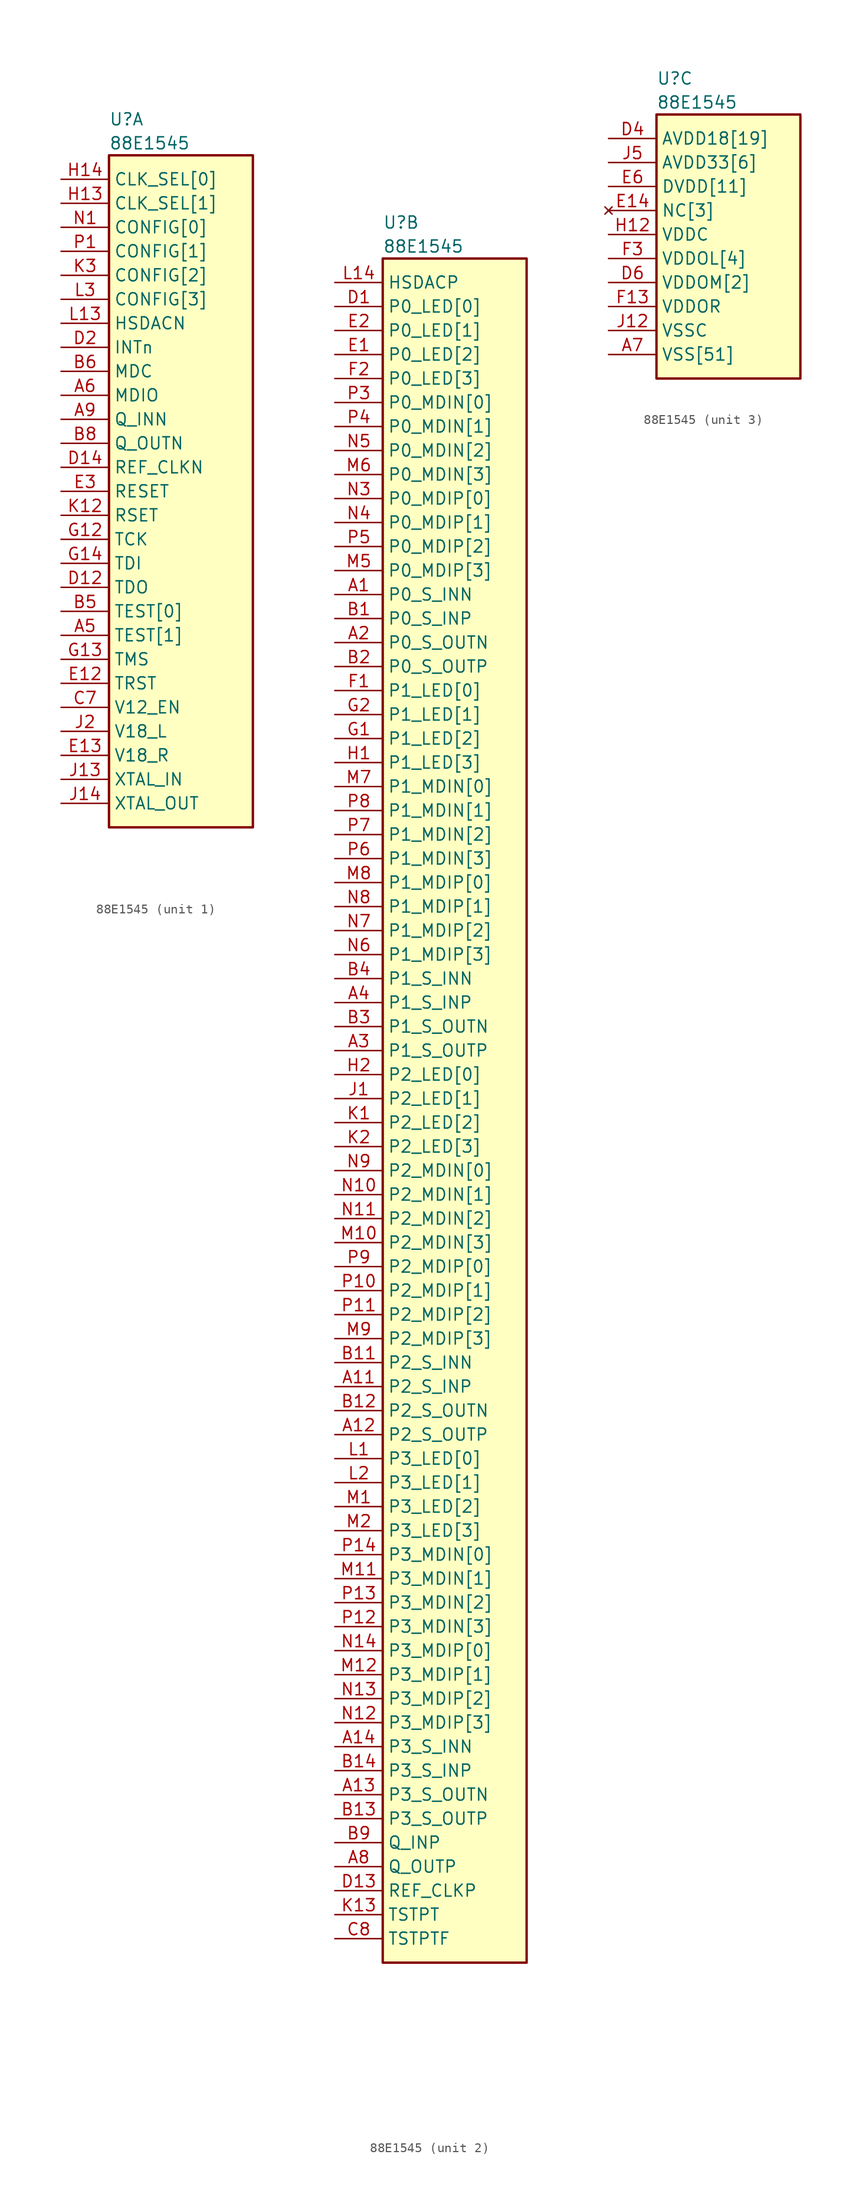
<source format=kicad_sym>
(kicad_symbol_lib
  (version 20211014)
  (generator kicad_symbol_editor)
  (symbol "﻿88E1545"
    (property "Reference" "U"
      (at 5.08 6.35 0)
      (effects (font (size 1.27 1.27)) (justify left)))
    (property "Value" "﻿88E1545"
      (at 5.08 3.81 0)
      (effects (font (size 1.27 1.27)) (justify left)))
    (property "ki_locked" ""
      (at 0 0 0)
      (effects (font (size 1.27 1.27))))
    (symbol "﻿88E1545_1_1"
      (rectangle (start 5.08 2.54) (end 20.32 -68.58) (stroke (width 0.254) (type default) (color 0 0 0 0)) (fill (type background)))
      (pin bidirectional line (at 0 -48.26 0) (length 5.08) (name "TEST[1]" (effects (font (size 1.27 1.27)))) (number "A5" (effects (font (size 1.27 1.27)))))
      (pin bidirectional line (at 0 -22.86 0) (length 5.08) (name "MDIO" (effects (font (size 1.27 1.27)))) (number "A6" (effects (font (size 1.27 1.27)))))
      (pin bidirectional line (at 0 -25.4 0) (length 5.08) (name "Q_INN" (effects (font (size 1.27 1.27)))) (number "A9" (effects (font (size 1.27 1.27)))))
      (pin bidirectional line (at 0 -45.72 0) (length 5.08) (name "TEST[0]" (effects (font (size 1.27 1.27)))) (number "B5" (effects (font (size 1.27 1.27)))))
      (pin bidirectional line (at 0 -20.32 0) (length 5.08) (name "MDC" (effects (font (size 1.27 1.27)))) (number "B6" (effects (font (size 1.27 1.27)))))
      (pin bidirectional line (at 0 -27.94 0) (length 5.08) (name "Q_OUTN" (effects (font (size 1.27 1.27)))) (number "B8" (effects (font (size 1.27 1.27)))))
      (pin bidirectional line (at 0 -55.88 0) (length 5.08) (name "V12_EN" (effects (font (size 1.27 1.27)))) (number "C7" (effects (font (size 1.27 1.27)))))
      (pin bidirectional line (at 0 -43.18 0) (length 5.08) (name "TDO" (effects (font (size 1.27 1.27)))) (number "D12" (effects (font (size 1.27 1.27)))))
      (pin bidirectional line (at 0 -30.48 0) (length 5.08) (name "REF_CLKN" (effects (font (size 1.27 1.27)))) (number "D14" (effects (font (size 1.27 1.27)))))
      (pin bidirectional line (at 0 -17.78 0) (length 5.08) (name "INTn" (effects (font (size 1.27 1.27)))) (number "D2" (effects (font (size 1.27 1.27)))))
      (pin bidirectional line (at 0 -53.34 0) (length 5.08) (name "TRST" (effects (font (size 1.27 1.27)))) (number "E12" (effects (font (size 1.27 1.27)))))
      (pin bidirectional line (at 0 -60.96 0) (length 5.08) (name "V18_R" (effects (font (size 1.27 1.27)))) (number "E13" (effects (font (size 1.27 1.27)))))
      (pin bidirectional line (at 0 -33.02 0) (length 5.08) (name "RESET" (effects (font (size 1.27 1.27)))) (number "E3" (effects (font (size 1.27 1.27)))))
      (pin bidirectional line (at 0 -38.1 0) (length 5.08) (name "TCK" (effects (font (size 1.27 1.27)))) (number "G12" (effects (font (size 1.27 1.27)))))
      (pin bidirectional line (at 0 -50.8 0) (length 5.08) (name "TMS" (effects (font (size 1.27 1.27)))) (number "G13" (effects (font (size 1.27 1.27)))))
      (pin bidirectional line (at 0 -40.64 0) (length 5.08) (name "TDI" (effects (font (size 1.27 1.27)))) (number "G14" (effects (font (size 1.27 1.27)))))
      (pin bidirectional line (at 0 -2.54 0) (length 5.08) (name "CLK_SEL[1]" (effects (font (size 1.27 1.27)))) (number "H13" (effects (font (size 1.27 1.27)))))
      (pin bidirectional line (at 0 0 0) (length 5.08) (name "CLK_SEL[0]" (effects (font (size 1.27 1.27)))) (number "H14" (effects (font (size 1.27 1.27)))))
      (pin bidirectional line (at 0 -63.5 0) (length 5.08) (name "XTAL_IN" (effects (font (size 1.27 1.27)))) (number "J13" (effects (font (size 1.27 1.27)))))
      (pin bidirectional line (at 0 -66.04 0) (length 5.08) (name "XTAL_OUT" (effects (font (size 1.27 1.27)))) (number "J14" (effects (font (size 1.27 1.27)))))
      (pin bidirectional line (at 0 -58.42 0) (length 5.08) (name "V18_L" (effects (font (size 1.27 1.27)))) (number "J2" (effects (font (size 1.27 1.27)))))
      (pin bidirectional line (at 0 -35.56 0) (length 5.08) (name "RSET" (effects (font (size 1.27 1.27)))) (number "K12" (effects (font (size 1.27 1.27)))))
      (pin bidirectional line (at 0 -10.16 0) (length 5.08) (name "CONFIG[2]" (effects (font (size 1.27 1.27)))) (number "K3" (effects (font (size 1.27 1.27)))))
      (pin bidirectional line (at 0 -15.24 0) (length 5.08) (name "HSDACN" (effects (font (size 1.27 1.27)))) (number "L13" (effects (font (size 1.27 1.27)))))
      (pin bidirectional line (at 0 -12.7 0) (length 5.08) (name "CONFIG[3]" (effects (font (size 1.27 1.27)))) (number "L3" (effects (font (size 1.27 1.27)))))
      (pin bidirectional line (at 0 -5.08 0) (length 5.08) (name "CONFIG[0]" (effects (font (size 1.27 1.27)))) (number "N1" (effects (font (size 1.27 1.27)))))
      (pin bidirectional line (at 0 -7.62 0) (length 5.08) (name "CONFIG[1]" (effects (font (size 1.27 1.27)))) (number "P1" (effects (font (size 1.27 1.27))))))
    (symbol "﻿88E1545_2_1"
      (rectangle (start 5.08 2.54) (end 20.32 -177.8) (stroke (width 0.254) (type default) (color 0 0 0 0)) (fill (type background)))
      (pin bidirectional line (at 0 -33.02 0) (length 5.08) (name "P0_S_INN" (effects (font (size 1.27 1.27)))) (number "A1" (effects (font (size 1.27 1.27)))))
      (pin bidirectional line (at 0 -116.84 0) (length 5.08) (name "P2_S_INP" (effects (font (size 1.27 1.27)))) (number "A11" (effects (font (size 1.27 1.27)))))
      (pin bidirectional line (at 0 -121.92 0) (length 5.08) (name "P2_S_OUTP" (effects (font (size 1.27 1.27)))) (number "A12" (effects (font (size 1.27 1.27)))))
      (pin bidirectional line (at 0 -160.02 0) (length 5.08) (name "P3_S_OUTN" (effects (font (size 1.27 1.27)))) (number "A13" (effects (font (size 1.27 1.27)))))
      (pin bidirectional line (at 0 -154.94 0) (length 5.08) (name "P3_S_INN" (effects (font (size 1.27 1.27)))) (number "A14" (effects (font (size 1.27 1.27)))))
      (pin bidirectional line (at 0 -38.1 0) (length 5.08) (name "P0_S_OUTN" (effects (font (size 1.27 1.27)))) (number "A2" (effects (font (size 1.27 1.27)))))
      (pin bidirectional line (at 0 -81.28 0) (length 5.08) (name "P1_S_OUTP" (effects (font (size 1.27 1.27)))) (number "A3" (effects (font (size 1.27 1.27)))))
      (pin bidirectional line (at 0 -76.2 0) (length 5.08) (name "P1_S_INP" (effects (font (size 1.27 1.27)))) (number "A4" (effects (font (size 1.27 1.27)))))
      (pin bidirectional line (at 0 -167.64 0) (length 5.08) (name "Q_OUTP" (effects (font (size 1.27 1.27)))) (number "A8" (effects (font (size 1.27 1.27)))))
      (pin bidirectional line (at 0 -35.56 0) (length 5.08) (name "P0_S_INP" (effects (font (size 1.27 1.27)))) (number "B1" (effects (font (size 1.27 1.27)))))
      (pin bidirectional line (at 0 -114.3 0) (length 5.08) (name "P2_S_INN" (effects (font (size 1.27 1.27)))) (number "B11" (effects (font (size 1.27 1.27)))))
      (pin bidirectional line (at 0 -119.38 0) (length 5.08) (name "P2_S_OUTN" (effects (font (size 1.27 1.27)))) (number "B12" (effects (font (size 1.27 1.27)))))
      (pin bidirectional line (at 0 -162.56 0) (length 5.08) (name "P3_S_OUTP" (effects (font (size 1.27 1.27)))) (number "B13" (effects (font (size 1.27 1.27)))))
      (pin bidirectional line (at 0 -157.48 0) (length 5.08) (name "P3_S_INP" (effects (font (size 1.27 1.27)))) (number "B14" (effects (font (size 1.27 1.27)))))
      (pin bidirectional line (at 0 -40.64 0) (length 5.08) (name "P0_S_OUTP" (effects (font (size 1.27 1.27)))) (number "B2" (effects (font (size 1.27 1.27)))))
      (pin bidirectional line (at 0 -78.74 0) (length 5.08) (name "P1_S_OUTN" (effects (font (size 1.27 1.27)))) (number "B3" (effects (font (size 1.27 1.27)))))
      (pin bidirectional line (at 0 -73.66 0) (length 5.08) (name "P1_S_INN" (effects (font (size 1.27 1.27)))) (number "B4" (effects (font (size 1.27 1.27)))))
      (pin bidirectional line (at 0 -165.1 0) (length 5.08) (name "Q_INP" (effects (font (size 1.27 1.27)))) (number "B9" (effects (font (size 1.27 1.27)))))
      (pin bidirectional line (at 0 -175.26 0) (length 5.08) (name "TSTPTF" (effects (font (size 1.27 1.27)))) (number "C8" (effects (font (size 1.27 1.27)))))
      (pin bidirectional line (at 0 -2.54 0) (length 5.08) (name "P0_LED[0]" (effects (font (size 1.27 1.27)))) (number "D1" (effects (font (size 1.27 1.27)))))
      (pin bidirectional line (at 0 -170.18 0) (length 5.08) (name "REF_CLKP" (effects (font (size 1.27 1.27)))) (number "D13" (effects (font (size 1.27 1.27)))))
      (pin bidirectional line (at 0 -7.62 0) (length 5.08) (name "P0_LED[2]" (effects (font (size 1.27 1.27)))) (number "E1" (effects (font (size 1.27 1.27)))))
      (pin bidirectional line (at 0 -5.08 0) (length 5.08) (name "P0_LED[1]" (effects (font (size 1.27 1.27)))) (number "E2" (effects (font (size 1.27 1.27)))))
      (pin bidirectional line (at 0 -43.18 0) (length 5.08) (name "P1_LED[0]" (effects (font (size 1.27 1.27)))) (number "F1" (effects (font (size 1.27 1.27)))))
      (pin bidirectional line (at 0 -10.16 0) (length 5.08) (name "P0_LED[3]" (effects (font (size 1.27 1.27)))) (number "F2" (effects (font (size 1.27 1.27)))))
      (pin bidirectional line (at 0 -48.26 0) (length 5.08) (name "P1_LED[2]" (effects (font (size 1.27 1.27)))) (number "G1" (effects (font (size 1.27 1.27)))))
      (pin bidirectional line (at 0 -45.72 0) (length 5.08) (name "P1_LED[1]" (effects (font (size 1.27 1.27)))) (number "G2" (effects (font (size 1.27 1.27)))))
      (pin bidirectional line (at 0 -50.8 0) (length 5.08) (name "P1_LED[3]" (effects (font (size 1.27 1.27)))) (number "H1" (effects (font (size 1.27 1.27)))))
      (pin bidirectional line (at 0 -83.82 0) (length 5.08) (name "P2_LED[0]" (effects (font (size 1.27 1.27)))) (number "H2" (effects (font (size 1.27 1.27)))))
      (pin bidirectional line (at 0 -86.36 0) (length 5.08) (name "P2_LED[1]" (effects (font (size 1.27 1.27)))) (number "J1" (effects (font (size 1.27 1.27)))))
      (pin bidirectional line (at 0 -88.9 0) (length 5.08) (name "P2_LED[2]" (effects (font (size 1.27 1.27)))) (number "K1" (effects (font (size 1.27 1.27)))))
      (pin bidirectional line (at 0 -172.72 0) (length 5.08) (name "TSTPT" (effects (font (size 1.27 1.27)))) (number "K13" (effects (font (size 1.27 1.27)))))
      (pin bidirectional line (at 0 -91.44 0) (length 5.08) (name "P2_LED[3]" (effects (font (size 1.27 1.27)))) (number "K2" (effects (font (size 1.27 1.27)))))
      (pin bidirectional line (at 0 -124.46 0) (length 5.08) (name "P3_LED[0]" (effects (font (size 1.27 1.27)))) (number "L1" (effects (font (size 1.27 1.27)))))
      (pin bidirectional line (at 0 0 0) (length 5.08) (name "HSDACP" (effects (font (size 1.27 1.27)))) (number "L14" (effects (font (size 1.27 1.27)))))
      (pin bidirectional line (at 0 -127 0) (length 5.08) (name "P3_LED[1]" (effects (font (size 1.27 1.27)))) (number "L2" (effects (font (size 1.27 1.27)))))
      (pin bidirectional line (at 0 -129.54 0) (length 5.08) (name "P3_LED[2]" (effects (font (size 1.27 1.27)))) (number "M1" (effects (font (size 1.27 1.27)))))
      (pin bidirectional line (at 0 -101.6 0) (length 5.08) (name "P2_MDIN[3]" (effects (font (size 1.27 1.27)))) (number "M10" (effects (font (size 1.27 1.27)))))
      (pin bidirectional line (at 0 -137.16 0) (length 5.08) (name "P3_MDIN[1]" (effects (font (size 1.27 1.27)))) (number "M11" (effects (font (size 1.27 1.27)))))
      (pin bidirectional line (at 0 -147.32 0) (length 5.08) (name "P3_MDIP[1]" (effects (font (size 1.27 1.27)))) (number "M12" (effects (font (size 1.27 1.27)))))
      (pin bidirectional line (at 0 -132.08 0) (length 5.08) (name "P3_LED[3]" (effects (font (size 1.27 1.27)))) (number "M2" (effects (font (size 1.27 1.27)))))
      (pin bidirectional line (at 0 -30.48 0) (length 5.08) (name "P0_MDIP[3]" (effects (font (size 1.27 1.27)))) (number "M5" (effects (font (size 1.27 1.27)))))
      (pin bidirectional line (at 0 -20.32 0) (length 5.08) (name "P0_MDIN[3]" (effects (font (size 1.27 1.27)))) (number "M6" (effects (font (size 1.27 1.27)))))
      (pin bidirectional line (at 0 -53.34 0) (length 5.08) (name "P1_MDIN[0]" (effects (font (size 1.27 1.27)))) (number "M7" (effects (font (size 1.27 1.27)))))
      (pin bidirectional line (at 0 -63.5 0) (length 5.08) (name "P1_MDIP[0]" (effects (font (size 1.27 1.27)))) (number "M8" (effects (font (size 1.27 1.27)))))
      (pin bidirectional line (at 0 -111.76 0) (length 5.08) (name "P2_MDIP[3]" (effects (font (size 1.27 1.27)))) (number "M9" (effects (font (size 1.27 1.27)))))
      (pin bidirectional line (at 0 -96.52 0) (length 5.08) (name "P2_MDIN[1]" (effects (font (size 1.27 1.27)))) (number "N10" (effects (font (size 1.27 1.27)))))
      (pin bidirectional line (at 0 -99.06 0) (length 5.08) (name "P2_MDIN[2]" (effects (font (size 1.27 1.27)))) (number "N11" (effects (font (size 1.27 1.27)))))
      (pin bidirectional line (at 0 -152.4 0) (length 5.08) (name "P3_MDIP[3]" (effects (font (size 1.27 1.27)))) (number "N12" (effects (font (size 1.27 1.27)))))
      (pin bidirectional line (at 0 -149.86 0) (length 5.08) (name "P3_MDIP[2]" (effects (font (size 1.27 1.27)))) (number "N13" (effects (font (size 1.27 1.27)))))
      (pin bidirectional line (at 0 -144.78 0) (length 5.08) (name "P3_MDIP[0]" (effects (font (size 1.27 1.27)))) (number "N14" (effects (font (size 1.27 1.27)))))
      (pin bidirectional line (at 0 -22.86 0) (length 5.08) (name "P0_MDIP[0]" (effects (font (size 1.27 1.27)))) (number "N3" (effects (font (size 1.27 1.27)))))
      (pin bidirectional line (at 0 -25.4 0) (length 5.08) (name "P0_MDIP[1]" (effects (font (size 1.27 1.27)))) (number "N4" (effects (font (size 1.27 1.27)))))
      (pin bidirectional line (at 0 -17.78 0) (length 5.08) (name "P0_MDIN[2]" (effects (font (size 1.27 1.27)))) (number "N5" (effects (font (size 1.27 1.27)))))
      (pin bidirectional line (at 0 -71.12 0) (length 5.08) (name "P1_MDIP[3]" (effects (font (size 1.27 1.27)))) (number "N6" (effects (font (size 1.27 1.27)))))
      (pin bidirectional line (at 0 -68.58 0) (length 5.08) (name "P1_MDIP[2]" (effects (font (size 1.27 1.27)))) (number "N7" (effects (font (size 1.27 1.27)))))
      (pin bidirectional line (at 0 -66.04 0) (length 5.08) (name "P1_MDIP[1]" (effects (font (size 1.27 1.27)))) (number "N8" (effects (font (size 1.27 1.27)))))
      (pin bidirectional line (at 0 -93.98 0) (length 5.08) (name "P2_MDIN[0]" (effects (font (size 1.27 1.27)))) (number "N9" (effects (font (size 1.27 1.27)))))
      (pin bidirectional line (at 0 -106.68 0) (length 5.08) (name "P2_MDIP[1]" (effects (font (size 1.27 1.27)))) (number "P10" (effects (font (size 1.27 1.27)))))
      (pin bidirectional line (at 0 -109.22 0) (length 5.08) (name "P2_MDIP[2]" (effects (font (size 1.27 1.27)))) (number "P11" (effects (font (size 1.27 1.27)))))
      (pin bidirectional line (at 0 -142.24 0) (length 5.08) (name "P3_MDIN[3]" (effects (font (size 1.27 1.27)))) (number "P12" (effects (font (size 1.27 1.27)))))
      (pin bidirectional line (at 0 -139.7 0) (length 5.08) (name "P3_MDIN[2]" (effects (font (size 1.27 1.27)))) (number "P13" (effects (font (size 1.27 1.27)))))
      (pin bidirectional line (at 0 -134.62 0) (length 5.08) (name "P3_MDIN[0]" (effects (font (size 1.27 1.27)))) (number "P14" (effects (font (size 1.27 1.27)))))
      (pin bidirectional line (at 0 -12.7 0) (length 5.08) (name "P0_MDIN[0]" (effects (font (size 1.27 1.27)))) (number "P3" (effects (font (size 1.27 1.27)))))
      (pin bidirectional line (at 0 -15.24 0) (length 5.08) (name "P0_MDIN[1]" (effects (font (size 1.27 1.27)))) (number "P4" (effects (font (size 1.27 1.27)))))
      (pin bidirectional line (at 0 -27.94 0) (length 5.08) (name "P0_MDIP[2]" (effects (font (size 1.27 1.27)))) (number "P5" (effects (font (size 1.27 1.27)))))
      (pin bidirectional line (at 0 -60.96 0) (length 5.08) (name "P1_MDIN[3]" (effects (font (size 1.27 1.27)))) (number "P6" (effects (font (size 1.27 1.27)))))
      (pin bidirectional line (at 0 -58.42 0) (length 5.08) (name "P1_MDIN[2]" (effects (font (size 1.27 1.27)))) (number "P7" (effects (font (size 1.27 1.27)))))
      (pin bidirectional line (at 0 -55.88 0) (length 5.08) (name "P1_MDIN[1]" (effects (font (size 1.27 1.27)))) (number "P8" (effects (font (size 1.27 1.27)))))
      (pin bidirectional line (at 0 -104.14 0) (length 5.08) (name "P2_MDIP[0]" (effects (font (size 1.27 1.27)))) (number "P9" (effects (font (size 1.27 1.27))))))
    (symbol "﻿88E1545_3_1"
      (rectangle (start 5.08 2.54) (end 20.32 -25.4) (stroke (width 0.254) (type default) (color 0 0 0 0)) (fill (type background)))
      (pin passive line (at 0 -22.86 0) (length 5.08) hide (name "VSS[51]" (effects (font (size 1.27 1.27)))) (number "A10" (effects (font (size 1.27 1.27)))))
      (pin power_in line (at 0 -22.86 0) (length 5.08) (name "VSS[51]" (effects (font (size 1.27 1.27)))) (number "A7" (effects (font (size 1.27 1.27)))))
      (pin passive line (at 0 -22.86 0) (length 5.08) hide (name "VSS[51]" (effects (font (size 1.27 1.27)))) (number "B10" (effects (font (size 1.27 1.27)))))
      (pin passive line (at 0 -22.86 0) (length 5.08) hide (name "VSS[51]" (effects (font (size 1.27 1.27)))) (number "B7" (effects (font (size 1.27 1.27)))))
      (pin passive line (at 0 -22.86 0) (length 5.08) hide (name "VSS[51]" (effects (font (size 1.27 1.27)))) (number "C1" (effects (font (size 1.27 1.27)))))
      (pin passive line (at 0 -22.86 0) (length 5.08) hide (name "VSS[51]" (effects (font (size 1.27 1.27)))) (number "C10" (effects (font (size 1.27 1.27)))))
      (pin passive line (at 0 -22.86 0) (length 5.08) hide (name "VSS[51]" (effects (font (size 1.27 1.27)))) (number "C11" (effects (font (size 1.27 1.27)))))
      (pin passive line (at 0 -22.86 0) (length 5.08) hide (name "VSS[51]" (effects (font (size 1.27 1.27)))) (number "C12" (effects (font (size 1.27 1.27)))))
      (pin passive line (at 0 -22.86 0) (length 5.08) hide (name "VSS[51]" (effects (font (size 1.27 1.27)))) (number "C13" (effects (font (size 1.27 1.27)))))
      (pin passive line (at 0 -22.86 0) (length 5.08) hide (name "VSS[51]" (effects (font (size 1.27 1.27)))) (number "C14" (effects (font (size 1.27 1.27)))))
      (pin passive line (at 0 -22.86 0) (length 5.08) hide (name "VSS[51]" (effects (font (size 1.27 1.27)))) (number "C2" (effects (font (size 1.27 1.27)))))
      (pin passive line (at 0 -22.86 0) (length 5.08) hide (name "VSS[51]" (effects (font (size 1.27 1.27)))) (number "C3" (effects (font (size 1.27 1.27)))))
      (pin passive line (at 0 -22.86 0) (length 5.08) hide (name "VSS[51]" (effects (font (size 1.27 1.27)))) (number "C4" (effects (font (size 1.27 1.27)))))
      (pin passive line (at 0 -22.86 0) (length 5.08) hide (name "VSS[51]" (effects (font (size 1.27 1.27)))) (number "C5" (effects (font (size 1.27 1.27)))))
      (pin passive line (at 0 -22.86 0) (length 5.08) hide (name "VSS[51]" (effects (font (size 1.27 1.27)))) (number "C6" (effects (font (size 1.27 1.27)))))
      (pin passive line (at 0 -22.86 0) (length 5.08) hide (name "VSS[51]" (effects (font (size 1.27 1.27)))) (number "C9" (effects (font (size 1.27 1.27)))))
      (pin passive line (at 0 0 0) (length 5.08) hide (name "AVDD18[19]" (effects (font (size 1.27 1.27)))) (number "D10" (effects (font (size 1.27 1.27)))))
      (pin passive line (at 0 0 0) (length 5.08) hide (name "AVDD18[19]" (effects (font (size 1.27 1.27)))) (number "D11" (effects (font (size 1.27 1.27)))))
      (pin passive line (at 0 -22.86 0) (length 5.08) hide (name "VSS[51]" (effects (font (size 1.27 1.27)))) (number "D3" (effects (font (size 1.27 1.27)))))
      (pin power_in line (at 0 0 0) (length 5.08) (name "AVDD18[19]" (effects (font (size 1.27 1.27)))) (number "D4" (effects (font (size 1.27 1.27)))))
      (pin passive line (at 0 0 0) (length 5.08) hide (name "AVDD18[19]" (effects (font (size 1.27 1.27)))) (number "D5" (effects (font (size 1.27 1.27)))))
      (pin power_in line (at 0 -15.24 0) (length 5.08) (name "VDDOM[2]" (effects (font (size 1.27 1.27)))) (number "D6" (effects (font (size 1.27 1.27)))))
      (pin passive line (at 0 -15.24 0) (length 5.08) hide (name "VDDOM[2]" (effects (font (size 1.27 1.27)))) (number "D7" (effects (font (size 1.27 1.27)))))
      (pin passive line (at 0 0 0) (length 5.08) hide (name "AVDD18[19]" (effects (font (size 1.27 1.27)))) (number "D8" (effects (font (size 1.27 1.27)))))
      (pin passive line (at 0 0 0) (length 5.08) hide (name "AVDD18[19]" (effects (font (size 1.27 1.27)))) (number "D9" (effects (font (size 1.27 1.27)))))
      (pin passive line (at 0 0 0) (length 5.08) hide (name "AVDD18[19]" (effects (font (size 1.27 1.27)))) (number "E10" (effects (font (size 1.27 1.27)))))
      (pin passive line (at 0 0 0) (length 5.08) hide (name "AVDD18[19]" (effects (font (size 1.27 1.27)))) (number "E11" (effects (font (size 1.27 1.27)))))
      (pin no_connect line (at 0 -7.62 0) (length 5.08) (name "NC[3]" (effects (font (size 1.27 1.27)))) (number "E14" (effects (font (size 1.27 1.27)))))
      (pin passive line (at 0 0 0) (length 5.08) hide (name "AVDD18[19]" (effects (font (size 1.27 1.27)))) (number "E4" (effects (font (size 1.27 1.27)))))
      (pin passive line (at 0 0 0) (length 5.08) hide (name "AVDD18[19]" (effects (font (size 1.27 1.27)))) (number "E5" (effects (font (size 1.27 1.27)))))
      (pin power_in line (at 0 -5.08 0) (length 5.08) (name "DVDD[11]" (effects (font (size 1.27 1.27)))) (number "E6" (effects (font (size 1.27 1.27)))))
      (pin passive line (at 0 -5.08 0) (length 5.08) hide (name "DVDD[11]" (effects (font (size 1.27 1.27)))) (number "E7" (effects (font (size 1.27 1.27)))))
      (pin passive line (at 0 -5.08 0) (length 5.08) hide (name "DVDD[11]" (effects (font (size 1.27 1.27)))) (number "E8" (effects (font (size 1.27 1.27)))))
      (pin passive line (at 0 -5.08 0) (length 5.08) hide (name "DVDD[11]" (effects (font (size 1.27 1.27)))) (number "E9" (effects (font (size 1.27 1.27)))))
      (pin passive line (at 0 -22.86 0) (length 5.08) hide (name "VSS[51]" (effects (font (size 1.27 1.27)))) (number "F10" (effects (font (size 1.27 1.27)))))
      (pin passive line (at 0 -5.08 0) (length 5.08) hide (name "DVDD[11]" (effects (font (size 1.27 1.27)))) (number "F11" (effects (font (size 1.27 1.27)))))
      (pin passive line (at 0 -5.08 0) (length 5.08) hide (name "DVDD[11]" (effects (font (size 1.27 1.27)))) (number "F12" (effects (font (size 1.27 1.27)))))
      (pin power_in line (at 0 -17.78 0) (length 5.08) (name "VDDOR" (effects (font (size 1.27 1.27)))) (number "F13" (effects (font (size 1.27 1.27)))))
      (pin no_connect line (at 0 -7.595 0) (length 5.08) hide (name "NC[3]" (effects (font (size 1.27 1.27)))) (number "F14" (effects (font (size 1.27 1.27)))))
      (pin power_in line (at 0 -12.7 0) (length 5.08) (name "VDDOL[4]" (effects (font (size 1.27 1.27)))) (number "F3" (effects (font (size 1.27 1.27)))))
      (pin passive line (at 0 -5.08 0) (length 5.08) hide (name "DVDD[11]" (effects (font (size 1.27 1.27)))) (number "F4" (effects (font (size 1.27 1.27)))))
      (pin passive line (at 0 -22.86 0) (length 5.08) hide (name "VSS[51]" (effects (font (size 1.27 1.27)))) (number "F5" (effects (font (size 1.27 1.27)))))
      (pin passive line (at 0 -22.86 0) (length 5.08) hide (name "VSS[51]" (effects (font (size 1.27 1.27)))) (number "F6" (effects (font (size 1.27 1.27)))))
      (pin passive line (at 0 -22.86 0) (length 5.08) hide (name "VSS[51]" (effects (font (size 1.27 1.27)))) (number "F7" (effects (font (size 1.27 1.27)))))
      (pin passive line (at 0 -22.86 0) (length 5.08) hide (name "VSS[51]" (effects (font (size 1.27 1.27)))) (number "F8" (effects (font (size 1.27 1.27)))))
      (pin passive line (at 0 -22.86 0) (length 5.08) hide (name "VSS[51]" (effects (font (size 1.27 1.27)))) (number "F9" (effects (font (size 1.27 1.27)))))
      (pin passive line (at 0 -22.86 0) (length 5.08) hide (name "VSS[51]" (effects (font (size 1.27 1.27)))) (number "G10" (effects (font (size 1.27 1.27)))))
      (pin passive line (at 0 -5.08 0) (length 5.08) hide (name "DVDD[11]" (effects (font (size 1.27 1.27)))) (number "G11" (effects (font (size 1.27 1.27)))))
      (pin passive line (at 0 -12.7 0) (length 5.08) hide (name "VDDOL[4]" (effects (font (size 1.27 1.27)))) (number "G3" (effects (font (size 1.27 1.27)))))
      (pin passive line (at 0 -5.08 0) (length 5.08) hide (name "DVDD[11]" (effects (font (size 1.27 1.27)))) (number "G4" (effects (font (size 1.27 1.27)))))
      (pin passive line (at 0 -22.86 0) (length 5.08) hide (name "VSS[51]" (effects (font (size 1.27 1.27)))) (number "G5" (effects (font (size 1.27 1.27)))))
      (pin passive line (at 0 -22.86 0) (length 5.08) hide (name "VSS[51]" (effects (font (size 1.27 1.27)))) (number "G6" (effects (font (size 1.27 1.27)))))
      (pin passive line (at 0 -22.86 0) (length 5.08) hide (name "VSS[51]" (effects (font (size 1.27 1.27)))) (number "G7" (effects (font (size 1.27 1.27)))))
      (pin passive line (at 0 -22.86 0) (length 5.08) hide (name "VSS[51]" (effects (font (size 1.27 1.27)))) (number "G8" (effects (font (size 1.27 1.27)))))
      (pin passive line (at 0 -22.86 0) (length 5.08) hide (name "VSS[51]" (effects (font (size 1.27 1.27)))) (number "G9" (effects (font (size 1.27 1.27)))))
      (pin passive line (at 0 -22.86 0) (length 5.08) hide (name "VSS[51]" (effects (font (size 1.27 1.27)))) (number "H10" (effects (font (size 1.27 1.27)))))
      (pin passive line (at 0 -22.86 0) (length 5.08) hide (name "VSS[51]" (effects (font (size 1.27 1.27)))) (number "H11" (effects (font (size 1.27 1.27)))))
      (pin power_in line (at 0 -10.16 0) (length 5.08) (name "VDDC" (effects (font (size 1.27 1.27)))) (number "H12" (effects (font (size 1.27 1.27)))))
      (pin passive line (at 0 -12.7 0) (length 5.08) hide (name "VDDOL[4]" (effects (font (size 1.27 1.27)))) (number "H3" (effects (font (size 1.27 1.27)))))
      (pin passive line (at 0 -5.08 0) (length 5.08) hide (name "DVDD[11]" (effects (font (size 1.27 1.27)))) (number "H4" (effects (font (size 1.27 1.27)))))
      (pin passive line (at 0 -22.86 0) (length 5.08) hide (name "VSS[51]" (effects (font (size 1.27 1.27)))) (number "H5" (effects (font (size 1.27 1.27)))))
      (pin passive line (at 0 -22.86 0) (length 5.08) hide (name "VSS[51]" (effects (font (size 1.27 1.27)))) (number "H6" (effects (font (size 1.27 1.27)))))
      (pin passive line (at 0 -22.86 0) (length 5.08) hide (name "VSS[51]" (effects (font (size 1.27 1.27)))) (number "H7" (effects (font (size 1.27 1.27)))))
      (pin passive line (at 0 -22.86 0) (length 5.08) hide (name "VSS[51]" (effects (font (size 1.27 1.27)))) (number "H8" (effects (font (size 1.27 1.27)))))
      (pin passive line (at 0 -22.86 0) (length 5.08) hide (name "VSS[51]" (effects (font (size 1.27 1.27)))) (number "H9" (effects (font (size 1.27 1.27)))))
      (pin passive line (at 0 -22.86 0) (length 5.08) hide (name "VSS[51]" (effects (font (size 1.27 1.27)))) (number "J10" (effects (font (size 1.27 1.27)))))
      (pin passive line (at 0 -22.86 0) (length 5.08) hide (name "VSS[51]" (effects (font (size 1.27 1.27)))) (number "J11" (effects (font (size 1.27 1.27)))))
      (pin power_in line (at 0 -20.32 0) (length 5.08) (name "VSSC" (effects (font (size 1.27 1.27)))) (number "J12" (effects (font (size 1.27 1.27)))))
      (pin passive line (at 0 -12.7 0) (length 5.08) hide (name "VDDOL[4]" (effects (font (size 1.27 1.27)))) (number "J3" (effects (font (size 1.27 1.27)))))
      (pin passive line (at 0 -5.08 0) (length 5.08) hide (name "DVDD[11]" (effects (font (size 1.27 1.27)))) (number "J4" (effects (font (size 1.27 1.27)))))
      (pin power_in line (at 0 -2.54 0) (length 5.08) (name "AVDD33[6]" (effects (font (size 1.27 1.27)))) (number "J5" (effects (font (size 1.27 1.27)))))
      (pin passive line (at 0 -22.86 0) (length 5.08) hide (name "VSS[51]" (effects (font (size 1.27 1.27)))) (number "J6" (effects (font (size 1.27 1.27)))))
      (pin passive line (at 0 -2.54 0) (length 5.08) hide (name "AVDD33[6]" (effects (font (size 1.27 1.27)))) (number "J7" (effects (font (size 1.27 1.27)))))
      (pin passive line (at 0 -22.86 0) (length 5.08) hide (name "VSS[51]" (effects (font (size 1.27 1.27)))) (number "J8" (effects (font (size 1.27 1.27)))))
      (pin passive line (at 0 -2.54 0) (length 5.08) hide (name "AVDD33[6]" (effects (font (size 1.27 1.27)))) (number "J9" (effects (font (size 1.27 1.27)))))
      (pin passive line (at 0 -22.86 0) (length 5.08) hide (name "VSS[51]" (effects (font (size 1.27 1.27)))) (number "K10" (effects (font (size 1.27 1.27)))))
      (pin passive line (at 0 0 0) (length 5.08) hide (name "AVDD18[19]" (effects (font (size 1.27 1.27)))) (number "K11" (effects (font (size 1.27 1.27)))))
      (pin no_connect line (at 0.025 -7.595 0) (length 5.08) hide (name "NC[3]" (effects (font (size 1.27 1.27)))) (number "K14" (effects (font (size 1.27 1.27)))))
      (pin passive line (at 0 -22.86 0) (length 5.08) hide (name "VSS[51]" (effects (font (size 1.27 1.27)))) (number "K4" (effects (font (size 1.27 1.27)))))
      (pin passive line (at 0 -2.54 0) (length 5.08) hide (name "AVDD33[6]" (effects (font (size 1.27 1.27)))) (number "K5" (effects (font (size 1.27 1.27)))))
      (pin passive line (at 0 -22.86 0) (length 5.08) hide (name "VSS[51]" (effects (font (size 1.27 1.27)))) (number "K6" (effects (font (size 1.27 1.27)))))
      (pin passive line (at 0 -2.54 0) (length 5.08) hide (name "AVDD33[6]" (effects (font (size 1.27 1.27)))) (number "K7" (effects (font (size 1.27 1.27)))))
      (pin passive line (at 0 -22.86 0) (length 5.08) hide (name "VSS[51]" (effects (font (size 1.27 1.27)))) (number "K8" (effects (font (size 1.27 1.27)))))
      (pin passive line (at 0 -2.54 0) (length 5.08) hide (name "AVDD33[6]" (effects (font (size 1.27 1.27)))) (number "K9" (effects (font (size 1.27 1.27)))))
      (pin passive line (at 0 0 0) (length 5.08) hide (name "AVDD18[19]" (effects (font (size 1.27 1.27)))) (number "L10" (effects (font (size 1.27 1.27)))))
      (pin passive line (at 0 0 0) (length 5.08) hide (name "AVDD18[19]" (effects (font (size 1.27 1.27)))) (number "L11" (effects (font (size 1.27 1.27)))))
      (pin passive line (at 0 -22.86 0) (length 5.08) hide (name "VSS[51]" (effects (font (size 1.27 1.27)))) (number "L12" (effects (font (size 1.27 1.27)))))
      (pin passive line (at 0 0 0) (length 5.08) hide (name "AVDD18[19]" (effects (font (size 1.27 1.27)))) (number "L4" (effects (font (size 1.27 1.27)))))
      (pin passive line (at 0 0 0) (length 5.08) hide (name "AVDD18[19]" (effects (font (size 1.27 1.27)))) (number "L5" (effects (font (size 1.27 1.27)))))
      (pin passive line (at 0 0 0) (length 5.08) hide (name "AVDD18[19]" (effects (font (size 1.27 1.27)))) (number "L6" (effects (font (size 1.27 1.27)))))
      (pin passive line (at 0 0 0) (length 5.08) hide (name "AVDD18[19]" (effects (font (size 1.27 1.27)))) (number "L7" (effects (font (size 1.27 1.27)))))
      (pin passive line (at 0 0 0) (length 5.08) hide (name "AVDD18[19]" (effects (font (size 1.27 1.27)))) (number "L8" (effects (font (size 1.27 1.27)))))
      (pin passive line (at 0 0 0) (length 5.08) hide (name "AVDD18[19]" (effects (font (size 1.27 1.27)))) (number "L9" (effects (font (size 1.27 1.27)))))
      (pin passive line (at 0 -22.86 0) (length 5.08) hide (name "VSS[51]" (effects (font (size 1.27 1.27)))) (number "M13" (effects (font (size 1.27 1.27)))))
      (pin passive line (at 0 -22.86 0) (length 5.08) hide (name "VSS[51]" (effects (font (size 1.27 1.27)))) (number "M14" (effects (font (size 1.27 1.27)))))
      (pin passive line (at 0 -22.86 0) (length 5.08) hide (name "VSS[51]" (effects (font (size 1.27 1.27)))) (number "M3" (effects (font (size 1.27 1.27)))))
      (pin passive line (at 0 -22.86 0) (length 5.08) hide (name "VSS[51]" (effects (font (size 1.27 1.27)))) (number "M4" (effects (font (size 1.27 1.27)))))
      (pin passive line (at 0 -22.86 0) (length 5.08) hide (name "VSS[51]" (effects (font (size 1.27 1.27)))) (number "N2" (effects (font (size 1.27 1.27)))))
      (pin passive line (at 0 -22.86 0) (length 5.08) hide (name "VSS[51]" (effects (font (size 1.27 1.27)))) (number "P2" (effects (font (size 1.27 1.27))))))))
</source>
